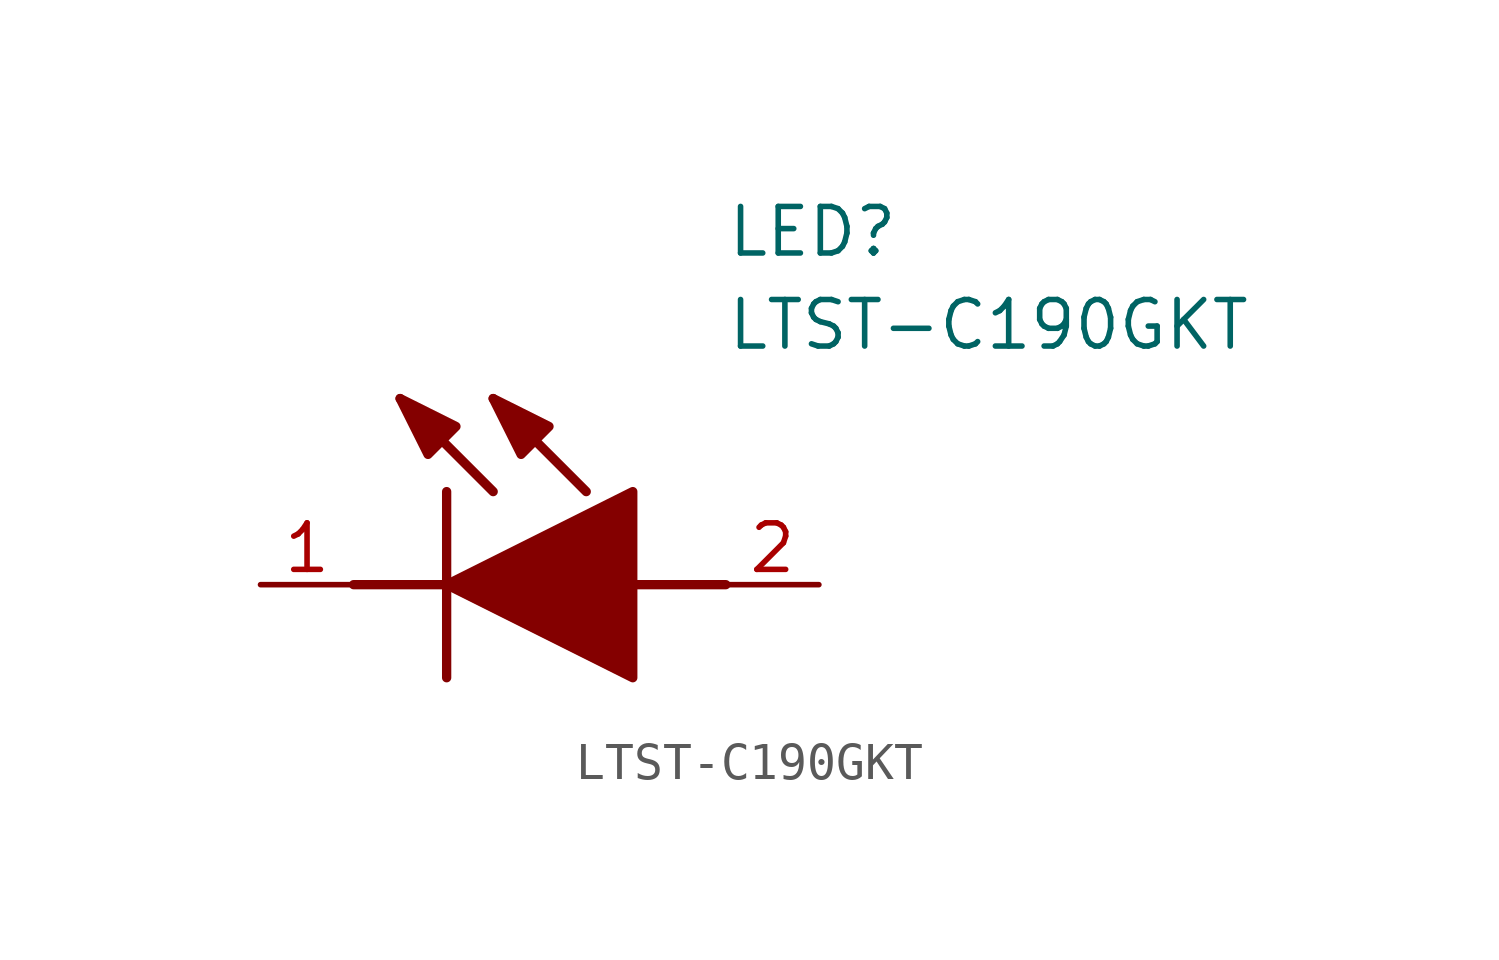
<source format=kicad_sym>
(kicad_symbol_lib
  (version 20211014)
  (generator SamacSys_ECAD_Model)
  (symbol "LTST-C190GKT"
    (pin_names hide)
    (property "Reference" "LED"
      (at 12.7 8.89 0)
      (effects (font (size 1.27 1.27)) (justify left bottom)))
    (property "Value" "LTST-C190GKT"
      (at 12.7 6.35 0)
      (effects (font (size 1.27 1.27)) (justify left bottom)))
    (polyline
      (pts (xy 5.08 2.54) (xy 5.08 -2.54))
      (stroke (width 0.254) (type default))
      (fill (type none)))
    (polyline
      (pts (xy 6.35 2.54) (xy 3.81 5.08))
      (stroke (width 0.254) (type default))
      (fill (type none)))
    (polyline
      (pts (xy 8.89 2.54) (xy 6.35 5.08))
      (stroke (width 0.254) (type default))
      (fill (type none)))
    (polyline
      (pts (xy 2.54 0) (xy 5.08 0))
      (stroke (width 0.254) (type default))
      (fill (type none)))
    (polyline
      (pts (xy 10.16 0) (xy 12.7 0))
      (stroke (width 0.254) (type default))
      (fill (type none)))
    (polyline
      (pts (xy 5.08 0) (xy 10.16 2.54) (xy 10.16 -2.54) (xy 5.08 0))
      (stroke (width 0.254) (type default))
      (fill (type outline)))
    (polyline
      (pts (xy 5.334 4.318) (xy 4.572 3.556) (xy 3.81 5.08) (xy 5.334 4.318))
      (stroke (width 0.254) (type default))
      (fill (type outline)))
    (polyline
      (pts (xy 7.874 4.318) (xy 7.112 3.556) (xy 6.35 5.08) (xy 7.874 4.318))
      (stroke (width 0.254) (type default))
      (fill (type outline)))
    (pin passive line
      (at 0 0 0)
      (length 2.54)
      (name "K" (effects (font (size 1.27 1.27))))
      (number "1" (effects (font (size 1.27 1.27)))))
    (pin passive line
      (at 15.24 0 180)
      (length 2.54)
      (name "A" (effects (font (size 1.27 1.27))))
      (number "2" (effects (font (size 1.27 1.27)))))))
</source>
